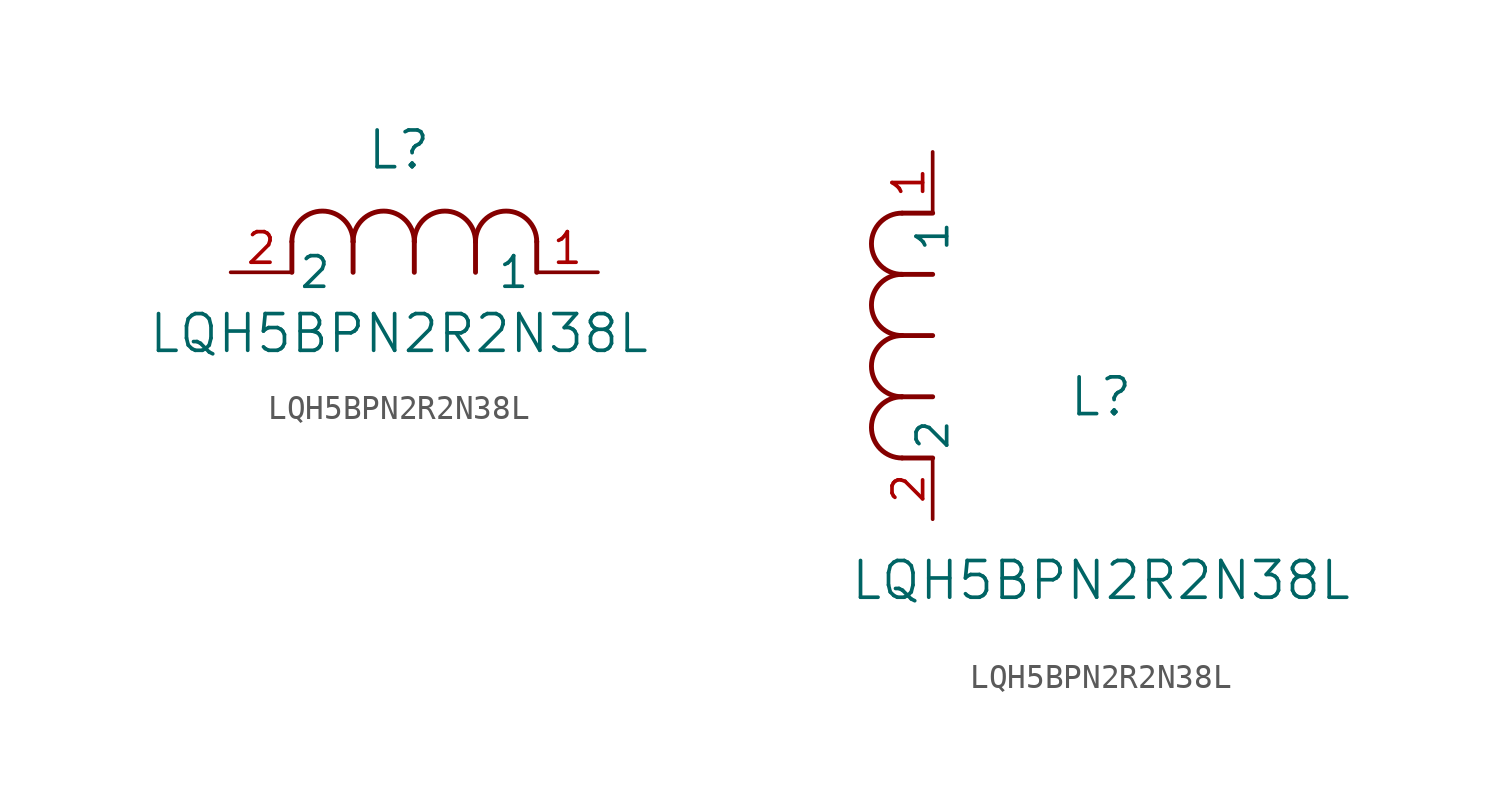
<source format=kicad_sym>
(kicad_symbol_lib
  (version 20211014)
  (generator kicad_symbol_editor)
  (symbol "LQH5BPN2R2N38L"
    (pin_names
      (offset 0.254))
    (property "Reference" "L"
      (at 6.985 5.08 0)
      (effects (font (size 1.524 1.524))))
    (property "Value" "LQH5BPN2R2N38L"
      (at 6.985 -2.54 0)
      (effects (font (size 1.524 1.524))))
    (symbol "LQH5BPN2R2N38L_1_1"
      (arc (start 7.62 1.27) (mid 6.35 2.54) (end 5.08 1.27) (stroke (width 0.2032) (type default) (color 0 0 0 0)) (fill (type none)))
      (polyline (pts (xy 5.08 0) (xy 5.08 1.27)) (stroke (width 0.203) (type default) (color 0 0 0 0)) (fill (type none)))
      (polyline (pts (xy 7.62 0) (xy 7.62 1.27)) (stroke (width 0.203) (type default) (color 0 0 0 0)) (fill (type none)))
      (polyline (pts (xy 12.7 0) (xy 12.7 1.27)) (stroke (width 0.203) (type default) (color 0 0 0 0)) (fill (type none)))
      (arc (start 5.08 1.27) (mid 3.81 2.54) (end 2.54 1.27) (stroke (width 0.2032) (type default) (color 0 0 0 0)) (fill (type none)))
      (arc (start 10.16 1.27) (mid 8.89 2.54) (end 7.62 1.27) (stroke (width 0.2032) (type default) (color 0 0 0 0)) (fill (type none)))
      (arc (start 12.7 1.27) (mid 11.43 2.54) (end 10.16 1.27) (stroke (width 0.2032) (type default) (color 0 0 0 0)) (fill (type none)))
      (polyline (pts (xy 2.54 0) (xy 2.54 1.27)) (stroke (width 0.203) (type default) (color 0 0 0 0)) (fill (type none)))
      (polyline (pts (xy 10.16 0) (xy 10.16 1.27)) (stroke (width 0.203) (type default) (color 0 0 0 0)) (fill (type none)))
      (pin unspecified line (at 0 0 0) (length 2.54) (name "2" (effects (font (size 1.27 1.27)))) (number "2" (effects (font (size 1.27 1.27)))))
      (pin unspecified line (at 15.24 0 180) (length 2.54) (name "1" (effects (font (size 1.27 1.27)))) (number "1" (effects (font (size 1.27 1.27))))))
    (symbol "LQH5BPN2R2N38L_1_2"
      (arc (start -1.27 7.62) (mid -2.54 6.35) (end -1.27 5.08) (stroke (width 0.2032) (type default) (color 0 0 0 0)) (fill (type none)))
      (arc (start -1.27 5.08) (mid -2.54 3.81) (end -1.27 2.54) (stroke (width 0.2032) (type default) (color 0 0 0 0)) (fill (type none)))
      (arc (start -1.27 12.7) (mid -2.54 11.43) (end -1.27 10.16) (stroke (width 0.2032) (type default) (color 0 0 0 0)) (fill (type none)))
      (arc (start -1.27 10.16) (mid -2.54 8.89) (end -1.27 7.62) (stroke (width 0.2032) (type default) (color 0 0 0 0)) (fill (type none)))
      (polyline (pts (xy 0 7.62) (xy -1.27 7.62)) (stroke (width 0.203) (type default) (color 0 0 0 0)) (fill (type none)))
      (polyline (pts (xy 0 5.08) (xy -1.27 5.08)) (stroke (width 0.203) (type default) (color 0 0 0 0)) (fill (type none)))
      (polyline (pts (xy 0 12.7) (xy -1.27 12.7)) (stroke (width 0.203) (type default) (color 0 0 0 0)) (fill (type none)))
      (polyline (pts (xy 0 2.54) (xy -1.27 2.54)) (stroke (width 0.203) (type default) (color 0 0 0 0)) (fill (type none)))
      (polyline (pts (xy 0 10.16) (xy -1.27 10.16)) (stroke (width 0.203) (type default) (color 0 0 0 0)) (fill (type none)))
      (pin unspecified line (at 0 0 90) (length 2.54) (name "2" (effects (font (size 1.27 1.27)))) (number "2" (effects (font (size 1.27 1.27)))))
      (pin unspecified line (at 0 15.24 270) (length 2.54) (name "1" (effects (font (size 1.27 1.27)))) (number "1" (effects (font (size 1.27 1.27))))))))
</source>
